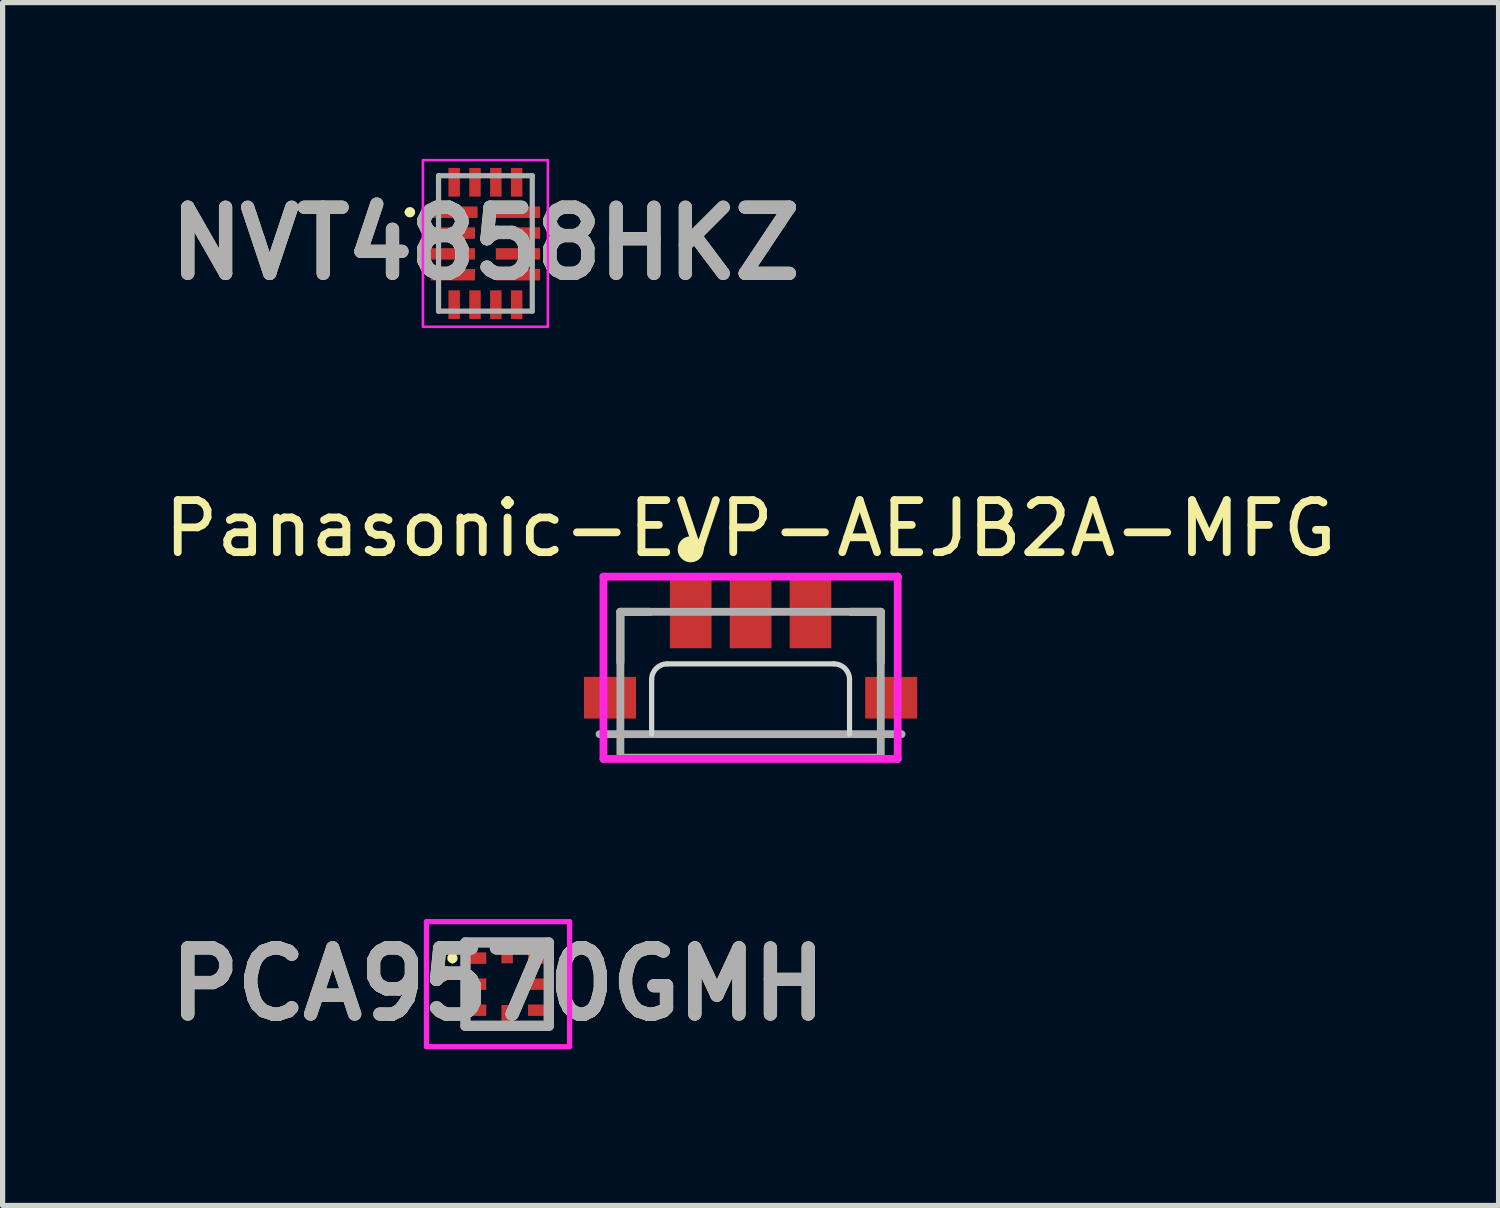
<source format=kicad_pcb>
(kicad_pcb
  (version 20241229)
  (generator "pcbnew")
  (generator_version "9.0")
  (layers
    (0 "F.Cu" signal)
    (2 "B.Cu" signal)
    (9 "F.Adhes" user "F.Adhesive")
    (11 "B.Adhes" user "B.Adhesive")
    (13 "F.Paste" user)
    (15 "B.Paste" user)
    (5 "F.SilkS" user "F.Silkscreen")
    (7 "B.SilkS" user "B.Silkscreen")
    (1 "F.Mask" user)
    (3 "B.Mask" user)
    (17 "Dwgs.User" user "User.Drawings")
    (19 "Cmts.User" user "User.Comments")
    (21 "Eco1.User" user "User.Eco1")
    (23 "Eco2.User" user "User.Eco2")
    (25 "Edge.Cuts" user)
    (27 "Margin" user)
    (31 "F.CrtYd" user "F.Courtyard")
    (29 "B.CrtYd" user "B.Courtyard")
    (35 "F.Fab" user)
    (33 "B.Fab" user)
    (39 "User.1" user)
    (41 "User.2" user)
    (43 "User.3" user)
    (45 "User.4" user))
  (footprint "Panasonic-EVP-AEJB2A-MFG"
    (layer "F.Cu")
    (at 11.363 10.098)
    (property "Reference" "Panasonic-EVP-AEJB2A-MFG" (at 0 -3 180) (layer "F.SilkS") (effects (font (size 1 1) (thickness 0.15))))
    (attr smd)
    (fp_line (start -2.5 -1.4) (end -1.925 -1.4) (stroke (width 0.15) (type solid)) (layer "F.SilkS"))
    (fp_line (start -2.5 -0.425) (end -2.5 -1.4) (stroke (width 0.15) (type solid)) (layer "F.SilkS"))
    (fp_line (start 1.925 -1.4) (end 2.5 -1.4) (stroke (width 0.15) (type solid)) (layer "F.SilkS"))
    (fp_line (start 2.5 -0.425) (end 2.5 -1.4) (stroke (width 0.15) (type solid)) (layer "F.SilkS"))
    (fp_circle (center -1.15 -2.6) (end -1.025 -2.6) (stroke (width 0.25) (type solid)) (fill no) (layer "F.SilkS"))
    (fp_line (start -1.9 -0.1) (end -1.9 0.95) (stroke (width 0.1) (type default)) (layer "Edge.Cuts"))
    (fp_line (start -1.6 -0.4) (end 1.6 -0.4) (stroke (width 0.1) (type default)) (layer "Edge.Cuts"))
    (fp_line (start 1.9 -0.1) (end 1.9 0.95) (stroke (width 0.1) (type default)) (layer "Edge.Cuts"))
    (fp_arc (start -1.9 -0.1) (mid -1.812132 -0.312132) (end -1.6 -0.4) (stroke (width 0.1) (type default)) (layer "Edge.Cuts"))
    (fp_arc (start 1.6 -0.4) (mid 1.812132 -0.312132) (end 1.9 -0.1) (stroke (width 0.1) (type default)) (layer "Edge.Cuts"))
    (fp_line (start -2.825 -2.075) (end -2.825 1.425) (stroke (width 0.15) (type solid)) (layer "F.CrtYd"))
    (fp_line (start -2.825 1.425) (end 2.825 1.425) (stroke (width 0.15) (type solid)) (layer "F.CrtYd"))
    (fp_line (start 2.825 -2.075) (end -2.825 -2.075) (stroke (width 0.15) (type solid)) (layer "F.CrtYd"))
    (fp_line (start 2.825 -2.075) (end 2.825 -2.075) (stroke (width 0.15) (type solid)) (layer "F.CrtYd"))
    (fp_line (start 2.825 1.425) (end 2.825 -2.075) (stroke (width 0.15) (type solid)) (layer "F.CrtYd"))
    (fp_line (start -2.9 0.95) (end 2.9 0.95) (stroke (width 0.15) (type solid)) (layer "F.Fab"))
    (fp_line (start -2.5 -1.4) (end 2.5 -1.4) (stroke (width 0.15) (type solid)) (layer "F.Fab"))
    (fp_line (start -2.5 1.4) (end -2.5 -1.4) (stroke (width 0.15) (type solid)) (layer "F.Fab"))
    (fp_line (start 2.5 -1.4) (end 2.5 1.4) (stroke (width 0.15) (type solid)) (layer "F.Fab"))
    (fp_line (start 2.5 1.4) (end -2.5 1.4) (stroke (width 0.15) (type solid)) (layer "F.Fab"))
    (pad "1" smd rect (at -1.15 -1.375) (size 0.8 1.35) (layers "F.Cu" "F.Mask" "F.Paste"))
    (pad "1'" smd rect (at 1.15 -1.375) (size 0.8 1.35) (layers "F.Cu" "F.Mask" "F.Paste"))
    (pad "2" smd rect (at 0 -1.375) (size 0.8 1.35) (layers "F.Cu" "F.Mask" "F.Paste"))
    (pad "3" smd rect (at -2.7 0.25) (size 1 0.8) (layers "F.Cu" "F.Mask" "F.Paste"))
    (pad "4" smd rect (at 2.7 0.25) (size 1 0.8) (layers "F.Cu" "F.Mask" "F.Paste")))
  (footprint "NVT4858HKZ"
    (layer "F.Cu")
    (at 6.271 1.625)
    (property "Reference" "NVT4858HKZ" (at 0 0 0) (layer "F.SilkS") (effects (font (size 1.27 1.27) (thickness 0.254))))
    (attr smd)
    (fp_line (start -1.5 -0.6) (end -1.5 -0.6) (stroke (width 0.1) (type solid)) (layer "F.SilkS"))
    (fp_line (start -1.4 -0.6) (end -1.4 -0.6) (stroke (width 0.1) (type solid)) (layer "F.SilkS"))
    (fp_arc (start -1.5 -0.6) (mid -1.45 -0.65) (end -1.4 -0.6) (stroke (width 0.1) (type solid)) (layer "F.SilkS"))
    (fp_arc (start -1.4 -0.6) (mid -1.45 -0.55) (end -1.5 -0.6) (stroke (width 0.1) (type solid)) (layer "F.SilkS"))
    (fp_rect (start 1.2 -1.6) (end -1.2 1.6) (stroke (width 0.05) (type default)) (fill no) (layer "F.CrtYd"))
    (fp_line (start -0.9 -1.3) (end 0.9 -1.3) (stroke (width 0.1) (type solid)) (layer "F.Fab"))
    (fp_line (start -0.9 1.3) (end -0.9 -1.3) (stroke (width 0.1) (type solid)) (layer "F.Fab"))
    (fp_line (start 0.9 -1.3) (end 0.9 1.3) (stroke (width 0.1) (type solid)) (layer "F.Fab"))
    (fp_line (start 0.9 1.3) (end -0.9 1.3) (stroke (width 0.1) (type solid)) (layer "F.Fab"))
    (fp_text user "${REFERENCE}" (at 0 0 0) (layer "F.Fab") (effects (font (size 1.27 1.27) (thickness 0.254))))
    (pad "1" smd rect (at -0.6 -0.6 90) (size 0.22 0.9) (layers "F.Cu" "F.Mask" "F.Paste"))
    (pad "2" smd rect (at -0.625 -0.2 90) (size 0.22 0.85) (layers "F.Cu" "F.Mask" "F.Paste"))
    (pad "3" smd rect (at -0.625 0.2 90) (size 0.22 0.85) (layers "F.Cu" "F.Mask" "F.Paste"))
    (pad "4" smd rect (at -0.625 0.6 90) (size 0.22 0.85) (layers "F.Cu" "F.Mask" "F.Paste"))
    (pad "5" smd rect (at -0.6 1.175) (size 0.22 0.55) (layers "F.Cu" "F.Mask" "F.Paste"))
    (pad "6" smd rect (at -0.2 1.175) (size 0.22 0.55) (layers "F.Cu" "F.Mask" "F.Paste"))
    (pad "7" smd rect (at 0.2 1.175) (size 0.22 0.55) (layers "F.Cu" "F.Mask" "F.Paste"))
    (pad "8" smd rect (at 0.6 1.175) (size 0.22 0.55) (layers "F.Cu" "F.Mask" "F.Paste"))
    (pad "9" smd rect (at 0.625 0.6 90) (size 0.22 0.85) (layers "F.Cu" "F.Mask" "F.Paste"))
    (pad "10" smd rect (at 0.625 0.2 90) (size 0.22 0.85) (layers "F.Cu" "F.Mask" "F.Paste"))
    (pad "11" smd rect (at 0.625 -0.2 90) (size 0.22 0.85) (layers "F.Cu" "F.Mask" "F.Paste"))
    (pad "12" smd rect (at 0.625 -0.6 90) (size 0.22 0.85) (layers "F.Cu" "F.Mask" "F.Paste"))
    (pad "13" smd rect (at 0.6 -1.175) (size 0.22 0.55) (layers "F.Cu" "F.Mask" "F.Paste"))
    (pad "14" smd rect (at 0.2 -1.175) (size 0.22 0.55) (layers "F.Cu" "F.Mask" "F.Paste"))
    (pad "15" smd rect (at -0.2 -1.175) (size 0.22 0.55) (layers "F.Cu" "F.Mask" "F.Paste"))
    (pad "16" smd rect (at -0.6 -1.175) (size 0.22 0.55) (layers "F.Cu" "F.Mask" "F.Paste")))
  (footprint "PCA9570GMH"
    (layer "F.Cu")
    (at 6.688 15.848)
    (property "Reference" "PCA9570GMH" (at -0.175 0 0) (layer "F.SilkS") (effects (font (size 1.27 1.27) (thickness 0.254))))
    (attr smd)
    (fp_line (start -1.05 -0.55) (end -1.05 -0.55) (stroke (width 0.1) (type solid)) (layer "F.SilkS"))
    (fp_line (start -1.05 -0.45) (end -1.05 -0.45) (stroke (width 0.1) (type solid)) (layer "F.SilkS"))
    (fp_line (start -0.8 -0.8) (end -0.2 -0.8) (stroke (width 0.1) (type solid)) (layer "F.SilkS"))
    (fp_line (start -0.2 0.8) (end -0.8 0.8) (stroke (width 0.1) (type solid)) (layer "F.SilkS"))
    (fp_line (start 0.2 -0.8) (end 0.8 -0.8) (stroke (width 0.1) (type solid)) (layer "F.SilkS"))
    (fp_line (start 0.8 0.8) (end 0.2 0.8) (stroke (width 0.1) (type solid)) (layer "F.SilkS"))
    (fp_arc (start -1.05 -0.55) (mid -1 -0.5) (end -1.05 -0.45) (stroke (width 0.1) (type solid)) (layer "F.SilkS"))
    (fp_arc (start -1.05 -0.45) (mid -1.1 -0.5) (end -1.05 -0.55) (stroke (width 0.1) (type solid)) (layer "F.SilkS"))
    (fp_line (start -1.55 -1.2) (end 1.2 -1.2) (stroke (width 0.1) (type solid)) (layer "F.CrtYd"))
    (fp_line (start -1.55 1.2) (end -1.55 -1.2) (stroke (width 0.1) (type solid)) (layer "F.CrtYd"))
    (fp_line (start 1.2 -1.2) (end 1.2 1.2) (stroke (width 0.1) (type solid)) (layer "F.CrtYd"))
    (fp_line (start 1.2 1.2) (end -1.55 1.2) (stroke (width 0.1) (type solid)) (layer "F.CrtYd"))
    (fp_line (start -0.8 -0.8) (end 0.8 -0.8) (stroke (width 0.2) (type solid)) (layer "F.Fab"))
    (fp_line (start -0.8 0.8) (end -0.8 -0.8) (stroke (width 0.2) (type solid)) (layer "F.Fab"))
    (fp_line (start 0.8 -0.8) (end 0.8 0.8) (stroke (width 0.2) (type solid)) (layer "F.Fab"))
    (fp_line (start 0.8 0.8) (end -0.8 0.8) (stroke (width 0.2) (type solid)) (layer "F.Fab"))
    (fp_text user "${REFERENCE}" (at -0.175 0 0) (layer "F.Fab") (effects (font (size 1.27 1.27) (thickness 0.254))))
    (pad "1" smd rect (at -0.6 -0.5 90) (size 0.22 0.4) (layers "F.Cu" "F.Mask" "F.Paste"))
    (pad "2" smd rect (at -0.6 0 90) (size 0.22 0.4) (layers "F.Cu" "F.Mask" "F.Paste"))
    (pad "3" smd rect (at -0.6 0.5 90) (size 0.22 0.4) (layers "F.Cu" "F.Mask" "F.Paste"))
    (pad "4" smd rect (at 0 0.6) (size 0.22 0.4) (layers "F.Cu" "F.Mask" "F.Paste"))
    (pad "5" smd rect (at 0.6 0.5 90) (size 0.22 0.4) (layers "F.Cu" "F.Mask" "F.Paste"))
    (pad "6" smd rect (at 0.6 0 90) (size 0.22 0.4) (layers "F.Cu" "F.Mask" "F.Paste"))
    (pad "7" smd rect (at 0.6 -0.5 90) (size 0.22 0.4) (layers "F.Cu" "F.Mask" "F.Paste"))
    (pad "8" smd rect (at 0 -0.6) (size 0.22 0.4) (layers "F.Cu" "F.Mask" "F.Paste")))
  (gr_rect
    (start -3 -3)
    (end 25.726 20.098)
    (stroke (width 0.1) (type default))
    (fill no)
    (layer "Edge.Cuts")))
</source>
